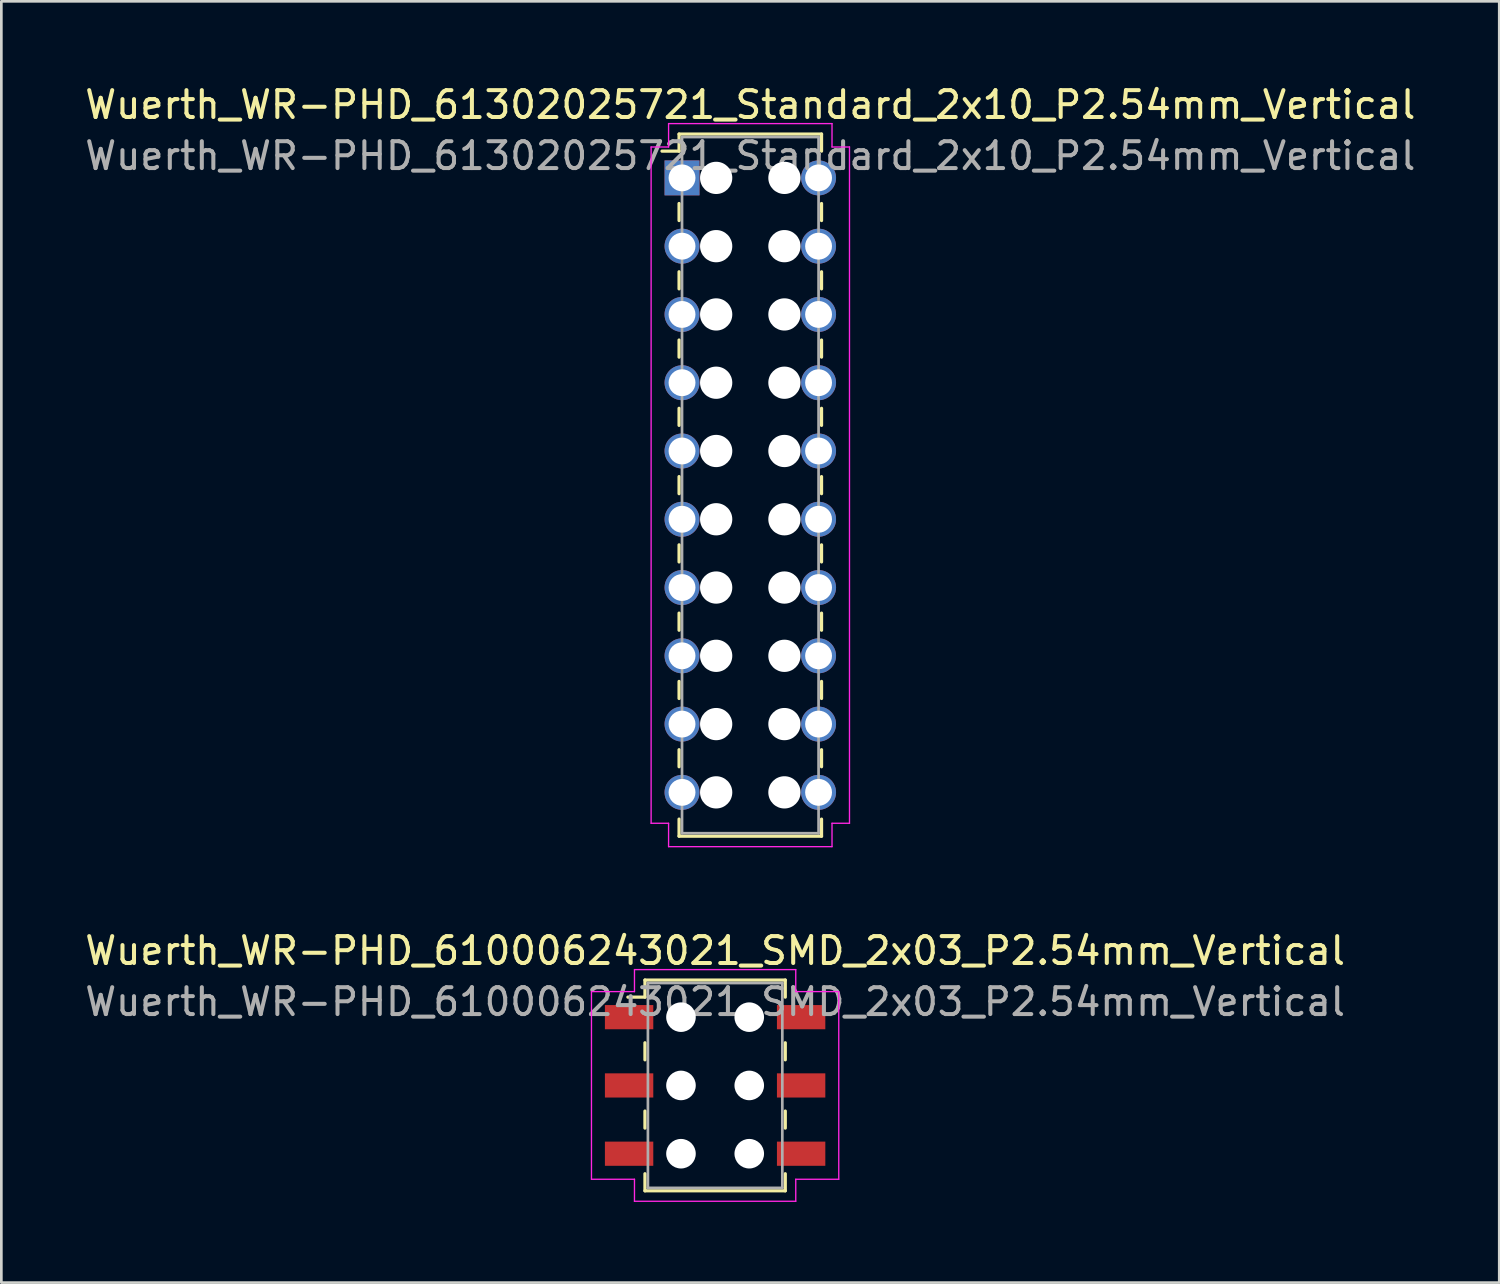
<source format=kicad_pcb>
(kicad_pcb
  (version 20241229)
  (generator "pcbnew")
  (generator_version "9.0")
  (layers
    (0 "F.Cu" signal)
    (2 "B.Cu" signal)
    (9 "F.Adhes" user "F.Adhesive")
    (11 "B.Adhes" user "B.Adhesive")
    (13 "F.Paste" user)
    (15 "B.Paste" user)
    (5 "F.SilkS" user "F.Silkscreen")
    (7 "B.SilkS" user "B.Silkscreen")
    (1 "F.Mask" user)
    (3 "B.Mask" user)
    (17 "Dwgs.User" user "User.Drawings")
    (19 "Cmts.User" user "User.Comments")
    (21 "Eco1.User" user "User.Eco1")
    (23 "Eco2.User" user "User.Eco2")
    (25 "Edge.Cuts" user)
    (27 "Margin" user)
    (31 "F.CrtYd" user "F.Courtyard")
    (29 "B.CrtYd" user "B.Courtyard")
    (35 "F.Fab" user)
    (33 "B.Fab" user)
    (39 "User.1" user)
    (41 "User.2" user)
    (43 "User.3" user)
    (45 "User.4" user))
  (footprint "Wuerth_WR-PHD_61302025721_Standard_2x10_P2.54mm_Vertical"
    (layer "F.Cu")
    (at 22.323 3.568)
    (property "Reference" "Wuerth_WR-PHD_61302025721_Standard_2x10_P2.54mm_Vertical" (at 2.54 -2.72 0) (layer "F.SilkS") (effects (font (size 1 1) (thickness 0.15))))
    (attr through_hole)
    (fp_line (start -0.11 -1.63) (end -0.11 -0.995) (stroke (width 0.12) (type solid)) (layer "F.SilkS"))
    (fp_line (start -0.11 -1.63) (end 5.19 -1.63) (stroke (width 0.12) (type solid)) (layer "F.SilkS"))
    (fp_line (start -0.11 -0.995) (end -0.745 -0.995) (stroke (width 0.12) (type solid)) (layer "F.SilkS"))
    (fp_line (start -0.11 0.953) (end -0.11 1.587) (stroke (width 0.12) (type solid)) (layer "F.SilkS"))
    (fp_line (start -0.11 3.493) (end -0.11 4.128) (stroke (width 0.12) (type solid)) (layer "F.SilkS"))
    (fp_line (start -0.11 6.032) (end -0.11 6.668) (stroke (width 0.12) (type solid)) (layer "F.SilkS"))
    (fp_line (start -0.11 8.572) (end -0.11 9.207) (stroke (width 0.12) (type solid)) (layer "F.SilkS"))
    (fp_line (start -0.11 11.113) (end -0.11 11.748) (stroke (width 0.12) (type solid)) (layer "F.SilkS"))
    (fp_line (start -0.11 13.652) (end -0.11 14.287) (stroke (width 0.12) (type solid)) (layer "F.SilkS"))
    (fp_line (start -0.11 16.192) (end -0.11 16.828) (stroke (width 0.12) (type solid)) (layer "F.SilkS"))
    (fp_line (start -0.11 18.733) (end -0.11 19.367) (stroke (width 0.12) (type solid)) (layer "F.SilkS"))
    (fp_line (start -0.11 21.273) (end -0.11 21.907) (stroke (width 0.12) (type solid)) (layer "F.SilkS"))
    (fp_line (start -0.11 24.49) (end -0.11 23.855) (stroke (width 0.12) (type solid)) (layer "F.SilkS"))
    (fp_line (start -0.11 24.49) (end 5.19 24.49) (stroke (width 0.12) (type solid)) (layer "F.SilkS"))
    (fp_line (start 5.19 -1.63) (end 5.19 -0.995) (stroke (width 0.12) (type solid)) (layer "F.SilkS"))
    (fp_line (start 5.19 0.953) (end 5.19 1.587) (stroke (width 0.12) (type solid)) (layer "F.SilkS"))
    (fp_line (start 5.19 3.493) (end 5.19 4.128) (stroke (width 0.12) (type solid)) (layer "F.SilkS"))
    (fp_line (start 5.19 6.032) (end 5.19 6.668) (stroke (width 0.12) (type solid)) (layer "F.SilkS"))
    (fp_line (start 5.19 8.572) (end 5.19 9.207) (stroke (width 0.12) (type solid)) (layer "F.SilkS"))
    (fp_line (start 5.19 11.113) (end 5.19 11.748) (stroke (width 0.12) (type solid)) (layer "F.SilkS"))
    (fp_line (start 5.19 13.652) (end 5.19 14.287) (stroke (width 0.12) (type solid)) (layer "F.SilkS"))
    (fp_line (start 5.19 16.192) (end 5.19 16.828) (stroke (width 0.12) (type solid)) (layer "F.SilkS"))
    (fp_line (start 5.19 18.733) (end 5.19 19.367) (stroke (width 0.12) (type solid)) (layer "F.SilkS"))
    (fp_line (start 5.19 21.273) (end 5.19 21.907) (stroke (width 0.12) (type solid)) (layer "F.SilkS"))
    (fp_line (start 5.19 24.49) (end 5.19 23.855) (stroke (width 0.12) (type solid)) (layer "F.SilkS"))
    (fp_line (start -1.15 -1.15) (end -0.5 -1.15) (stroke (width 0.05) (type solid)) (layer "F.CrtYd"))
    (fp_line (start -1.15 24.01) (end -1.15 -1.15) (stroke (width 0.05) (type solid)) (layer "F.CrtYd"))
    (fp_line (start -0.5 -2.02) (end 5.58 -2.02) (stroke (width 0.05) (type solid)) (layer "F.CrtYd"))
    (fp_line (start -0.5 -1.15) (end -0.5 -2.02) (stroke (width 0.05) (type solid)) (layer "F.CrtYd"))
    (fp_line (start -0.5 24.01) (end -1.15 24.01) (stroke (width 0.05) (type solid)) (layer "F.CrtYd"))
    (fp_line (start -0.5 24.88) (end -0.5 24.01) (stroke (width 0.05) (type solid)) (layer "F.CrtYd"))
    (fp_line (start 5.58 -2.02) (end 5.58 -1.15) (stroke (width 0.05) (type solid)) (layer "F.CrtYd"))
    (fp_line (start 5.58 -1.15) (end 6.23 -1.15) (stroke (width 0.05) (type solid)) (layer "F.CrtYd"))
    (fp_line (start 5.58 24.01) (end 5.58 24.88) (stroke (width 0.05) (type solid)) (layer "F.CrtYd"))
    (fp_line (start 5.58 24.88) (end -0.5 24.88) (stroke (width 0.05) (type solid)) (layer "F.CrtYd"))
    (fp_line (start 6.23 -1.15) (end 6.23 24.01) (stroke (width 0.05) (type solid)) (layer "F.CrtYd"))
    (fp_line (start 6.23 24.01) (end 5.58 24.01) (stroke (width 0.05) (type solid)) (layer "F.CrtYd"))
    (fp_line (start 0 -1.52) (end 0 24.38) (stroke (width 0.1) (type solid)) (layer "F.Fab"))
    (fp_line (start 0 24.38) (end 5.08 24.38) (stroke (width 0.1) (type solid)) (layer "F.Fab"))
    (fp_line (start 5.08 -1.52) (end 0 -1.52) (stroke (width 0.1) (type solid)) (layer "F.Fab"))
    (fp_line (start 5.08 24.38) (end 5.08 -1.52) (stroke (width 0.1) (type solid)) (layer "F.Fab"))
    (fp_text user "${REFERENCE}" (at 2.54 -0.82 0) (layer "F.Fab") (effects (font (size 1 1) (thickness 0.15))))
    (pad "" np_thru_hole circle (at 1.27 0) (size 1.2 1.2) (drill 1.2) (layers "*.Cu" "*.Mask"))
    (pad "" np_thru_hole circle (at 1.27 2.54) (size 1.2 1.2) (drill 1.2) (layers "*.Cu" "*.Mask"))
    (pad "" np_thru_hole circle (at 1.27 5.08) (size 1.2 1.2) (drill 1.2) (layers "*.Cu" "*.Mask"))
    (pad "" np_thru_hole circle (at 1.27 7.62) (size 1.2 1.2) (drill 1.2) (layers "*.Cu" "*.Mask"))
    (pad "" np_thru_hole circle (at 1.27 10.16) (size 1.2 1.2) (drill 1.2) (layers "*.Cu" "*.Mask"))
    (pad "" np_thru_hole circle (at 1.27 12.7) (size 1.2 1.2) (drill 1.2) (layers "*.Cu" "*.Mask"))
    (pad "" np_thru_hole circle (at 1.27 15.24) (size 1.2 1.2) (drill 1.2) (layers "*.Cu" "*.Mask"))
    (pad "" np_thru_hole circle (at 1.27 17.78) (size 1.2 1.2) (drill 1.2) (layers "*.Cu" "*.Mask"))
    (pad "" np_thru_hole circle (at 1.27 20.32) (size 1.2 1.2) (drill 1.2) (layers "*.Cu" "*.Mask"))
    (pad "" np_thru_hole circle (at 1.27 22.86) (size 1.2 1.2) (drill 1.2) (layers "*.Cu" "*.Mask"))
    (pad "" np_thru_hole circle (at 3.81 0) (size 1.2 1.2) (drill 1.2) (layers "*.Cu" "*.Mask"))
    (pad "" np_thru_hole circle (at 3.81 2.54) (size 1.2 1.2) (drill 1.2) (layers "*.Cu" "*.Mask"))
    (pad "" np_thru_hole circle (at 3.81 5.08) (size 1.2 1.2) (drill 1.2) (layers "*.Cu" "*.Mask"))
    (pad "" np_thru_hole circle (at 3.81 7.62) (size 1.2 1.2) (drill 1.2) (layers "*.Cu" "*.Mask"))
    (pad "" np_thru_hole circle (at 3.81 10.16) (size 1.2 1.2) (drill 1.2) (layers "*.Cu" "*.Mask"))
    (pad "" np_thru_hole circle (at 3.81 12.7) (size 1.2 1.2) (drill 1.2) (layers "*.Cu" "*.Mask"))
    (pad "" np_thru_hole circle (at 3.81 15.24) (size 1.2 1.2) (drill 1.2) (layers "*.Cu" "*.Mask"))
    (pad "" np_thru_hole circle (at 3.81 17.78) (size 1.2 1.2) (drill 1.2) (layers "*.Cu" "*.Mask"))
    (pad "" np_thru_hole circle (at 3.81 20.32) (size 1.2 1.2) (drill 1.2) (layers "*.Cu" "*.Mask"))
    (pad "" np_thru_hole circle (at 3.81 22.86) (size 1.2 1.2) (drill 1.2) (layers "*.Cu" "*.Mask"))
    (pad "1" thru_hole rect (at 0 0) (size 1.3 1.3) (drill 1) (layers "*.Cu" "*.Mask"))
    (pad "2" thru_hole circle (at 5.08 0) (size 1.3 1.3) (drill 1) (layers "*.Cu" "*.Mask"))
    (pad "3" thru_hole circle (at 0 2.54) (size 1.3 1.3) (drill 1) (layers "*.Cu" "*.Mask"))
    (pad "4" thru_hole circle (at 5.08 2.54) (size 1.3 1.3) (drill 1) (layers "*.Cu" "*.Mask"))
    (pad "5" thru_hole circle (at 0 5.08) (size 1.3 1.3) (drill 1) (layers "*.Cu" "*.Mask"))
    (pad "6" thru_hole circle (at 5.08 5.08) (size 1.3 1.3) (drill 1) (layers "*.Cu" "*.Mask"))
    (pad "7" thru_hole circle (at 0 7.62) (size 1.3 1.3) (drill 1) (layers "*.Cu" "*.Mask"))
    (pad "8" thru_hole circle (at 5.08 7.62) (size 1.3 1.3) (drill 1) (layers "*.Cu" "*.Mask"))
    (pad "9" thru_hole circle (at 0 10.16) (size 1.3 1.3) (drill 1) (layers "*.Cu" "*.Mask"))
    (pad "10" thru_hole circle (at 5.08 10.16) (size 1.3 1.3) (drill 1) (layers "*.Cu" "*.Mask"))
    (pad "11" thru_hole circle (at 0 12.7) (size 1.3 1.3) (drill 1) (layers "*.Cu" "*.Mask"))
    (pad "12" thru_hole circle (at 5.08 12.7) (size 1.3 1.3) (drill 1) (layers "*.Cu" "*.Mask"))
    (pad "13" thru_hole circle (at 0 15.24) (size 1.3 1.3) (drill 1) (layers "*.Cu" "*.Mask"))
    (pad "14" thru_hole circle (at 5.08 15.24) (size 1.3 1.3) (drill 1) (layers "*.Cu" "*.Mask"))
    (pad "15" thru_hole circle (at 0 17.78) (size 1.3 1.3) (drill 1) (layers "*.Cu" "*.Mask"))
    (pad "16" thru_hole circle (at 5.08 17.78) (size 1.3 1.3) (drill 1) (layers "*.Cu" "*.Mask"))
    (pad "17" thru_hole circle (at 0 20.32) (size 1.3 1.3) (drill 1) (layers "*.Cu" "*.Mask"))
    (pad "18" thru_hole circle (at 5.08 20.32) (size 1.3 1.3) (drill 1) (layers "*.Cu" "*.Mask"))
    (pad "19" thru_hole circle (at 0 22.86) (size 1.3 1.3) (drill 1) (layers "*.Cu" "*.Mask"))
    (pad "20" thru_hole circle (at 5.08 22.86) (size 1.3 1.3) (drill 1) (layers "*.Cu" "*.Mask")))
  (footprint "Wuerth_WR-PHD_610006243021_SMD_2x03_P2.54mm_Vertical"
    (layer "F.Cu")
    (at 23.554 37.331)
    (property "Reference" "Wuerth_WR-PHD_610006243021_SMD_2x03_P2.54mm_Vertical" (at 0 -5.01 0) (layer "F.SilkS") (effects (font (size 1 1) (thickness 0.15))))
    (attr smd)
    (fp_line (start -2.61 -3.92) (end -2.61 -3.285) (stroke (width 0.12) (type solid)) (layer "F.SilkS"))
    (fp_line (start -2.61 -3.92) (end 2.61 -3.92) (stroke (width 0.12) (type solid)) (layer "F.SilkS"))
    (fp_line (start -2.61 -3.285) (end -3.245 -3.285) (stroke (width 0.12) (type solid)) (layer "F.SilkS"))
    (fp_line (start -2.61 -1.587) (end -2.61 -0.953) (stroke (width 0.12) (type solid)) (layer "F.SilkS"))
    (fp_line (start -2.61 0.953) (end -2.61 1.587) (stroke (width 0.12) (type solid)) (layer "F.SilkS"))
    (fp_line (start -2.61 3.92) (end -2.61 3.285) (stroke (width 0.12) (type solid)) (layer "F.SilkS"))
    (fp_line (start -2.61 3.92) (end 2.61 3.92) (stroke (width 0.12) (type solid)) (layer "F.SilkS"))
    (fp_line (start 2.61 -3.92) (end 2.61 -3.285) (stroke (width 0.12) (type solid)) (layer "F.SilkS"))
    (fp_line (start 2.61 -1.587) (end 2.61 -0.953) (stroke (width 0.12) (type solid)) (layer "F.SilkS"))
    (fp_line (start 2.61 0.953) (end 2.61 1.587) (stroke (width 0.12) (type solid)) (layer "F.SilkS"))
    (fp_line (start 2.61 3.92) (end 2.61 3.285) (stroke (width 0.12) (type solid)) (layer "F.SilkS"))
    (fp_line (start -4.6 -3.49) (end -3 -3.49) (stroke (width 0.05) (type solid)) (layer "F.CrtYd"))
    (fp_line (start -4.6 3.49) (end -4.6 -3.49) (stroke (width 0.05) (type solid)) (layer "F.CrtYd"))
    (fp_line (start -3 -4.31) (end 3 -4.31) (stroke (width 0.05) (type solid)) (layer "F.CrtYd"))
    (fp_line (start -3 -3.49) (end -3 -4.31) (stroke (width 0.05) (type solid)) (layer "F.CrtYd"))
    (fp_line (start -3 3.49) (end -4.6 3.49) (stroke (width 0.05) (type solid)) (layer "F.CrtYd"))
    (fp_line (start -3 4.31) (end -3 3.49) (stroke (width 0.05) (type solid)) (layer "F.CrtYd"))
    (fp_line (start 3 -4.31) (end 3 -3.49) (stroke (width 0.05) (type solid)) (layer "F.CrtYd"))
    (fp_line (start 3 -3.49) (end 4.6 -3.49) (stroke (width 0.05) (type solid)) (layer "F.CrtYd"))
    (fp_line (start 3 3.49) (end 3 4.31) (stroke (width 0.05) (type solid)) (layer "F.CrtYd"))
    (fp_line (start 3 4.31) (end -3 4.31) (stroke (width 0.05) (type solid)) (layer "F.CrtYd"))
    (fp_line (start 4.6 -3.49) (end 4.6 3.49) (stroke (width 0.05) (type solid)) (layer "F.CrtYd"))
    (fp_line (start 4.6 3.49) (end 3 3.49) (stroke (width 0.05) (type solid)) (layer "F.CrtYd"))
    (fp_line (start -2.5 -3.81) (end -2.5 3.81) (stroke (width 0.1) (type solid)) (layer "F.Fab"))
    (fp_line (start -2.5 3.81) (end 2.5 3.81) (stroke (width 0.1) (type solid)) (layer "F.Fab"))
    (fp_line (start 2.5 -3.81) (end -2.5 -3.81) (stroke (width 0.1) (type solid)) (layer "F.Fab"))
    (fp_line (start 2.5 3.81) (end 2.5 -3.81) (stroke (width 0.1) (type solid)) (layer "F.Fab"))
    (fp_text user "${REFERENCE}" (at 0 -3.11 0) (layer "F.Fab") (effects (font (size 1 1) (thickness 0.15))))
    (pad "" np_thru_hole circle (at -1.27 -2.54) (size 1.1 1.1) (drill 1.1) (layers "*.Cu" "*.Mask"))
    (pad "" np_thru_hole circle (at -1.27 0) (size 1.1 1.1) (drill 1.1) (layers "*.Cu" "*.Mask"))
    (pad "" np_thru_hole circle (at -1.27 2.54) (size 1.1 1.1) (drill 1.1) (layers "*.Cu" "*.Mask"))
    (pad "" np_thru_hole circle (at 1.27 -2.54) (size 1.1 1.1) (drill 1.1) (layers "*.Cu" "*.Mask"))
    (pad "" np_thru_hole circle (at 1.27 0) (size 1.1 1.1) (drill 1.1) (layers "*.Cu" "*.Mask"))
    (pad "" np_thru_hole circle (at 1.27 2.54) (size 1.1 1.1) (drill 1.1) (layers "*.Cu" "*.Mask"))
    (pad "1" smd rect (at -3.2 -2.54) (size 1.8 0.9) (layers "F.Cu" "F.Mask" "F.Paste"))
    (pad "2" smd rect (at 3.2 -2.54) (size 1.8 0.9) (layers "F.Cu" "F.Mask" "F.Paste"))
    (pad "3" smd rect (at -3.2 0) (size 1.8 0.9) (layers "F.Cu" "F.Mask" "F.Paste"))
    (pad "4" smd rect (at 3.2 0) (size 1.8 0.9) (layers "F.Cu" "F.Mask" "F.Paste"))
    (pad "5" smd rect (at -3.2 2.54) (size 1.8 0.9) (layers "F.Cu" "F.Mask" "F.Paste"))
    (pad "6" smd rect (at 3.2 2.54) (size 1.8 0.9) (layers "F.Cu" "F.Mask" "F.Paste")))
  (gr_rect
    (start -3 -3)
    (end 52.726 44.666)
    (stroke (width 0.1) (type default))
    (fill no)
    (layer "Edge.Cuts")))
</source>
